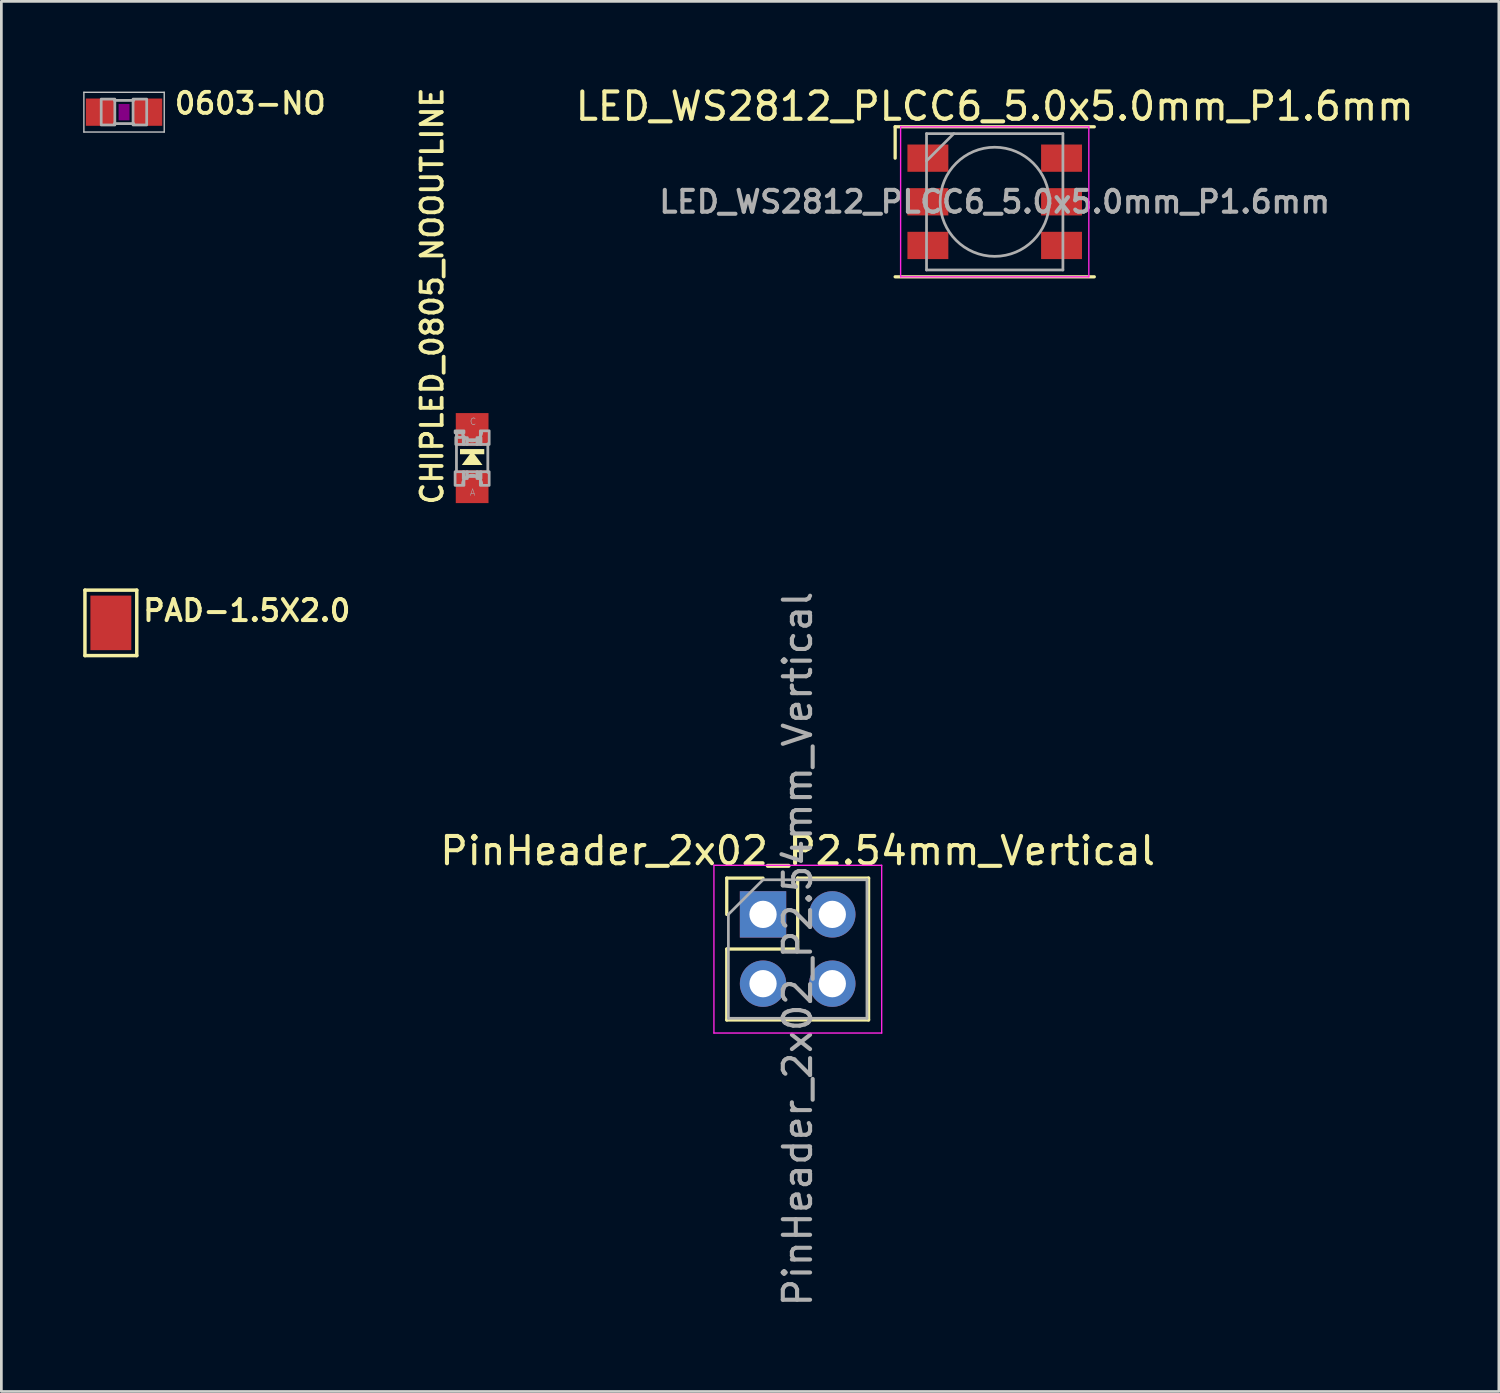
<source format=kicad_pcb>
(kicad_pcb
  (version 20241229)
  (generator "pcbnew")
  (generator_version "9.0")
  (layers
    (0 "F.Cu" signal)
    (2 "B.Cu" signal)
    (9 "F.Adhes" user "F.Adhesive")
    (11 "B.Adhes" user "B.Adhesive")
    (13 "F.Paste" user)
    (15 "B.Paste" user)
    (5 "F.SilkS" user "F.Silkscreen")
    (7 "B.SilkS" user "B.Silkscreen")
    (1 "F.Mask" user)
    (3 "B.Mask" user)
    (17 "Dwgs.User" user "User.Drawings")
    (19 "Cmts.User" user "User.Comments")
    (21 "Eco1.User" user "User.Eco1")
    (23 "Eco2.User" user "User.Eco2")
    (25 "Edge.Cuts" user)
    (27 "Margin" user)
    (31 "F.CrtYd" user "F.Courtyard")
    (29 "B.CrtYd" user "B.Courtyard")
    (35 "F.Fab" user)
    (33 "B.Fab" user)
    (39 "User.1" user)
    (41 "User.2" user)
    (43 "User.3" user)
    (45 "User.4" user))
  (footprint "CHIPLED_0805_NOOUTLINE"
    (layer "F.Cu")
    (at 14.259 13.744)
    (property "Reference" "CHIPLED_0805_NOOUTLINE" (at -1.016 1.778 90) (layer "F.SilkS") (effects (font (size 0.772 0.772) (thickness 0.139)) (justify left bottom)))
    (attr through_hole)
    (fp_poly (pts (xy 0 -0.254) (xy -0.381 0.254) (xy 0.381 0.254)) (stroke (width 0) (type solid)) (fill yes) (layer "F.SilkS"))
    (fp_poly (pts (xy -0.445 -0.141) (xy 0.445 -0.141) (xy 0.445 -0.331) (xy -0.445 -0.331)) (stroke (width 0) (type solid)) (fill yes) (layer "F.SilkS"))
    (fp_line (start -0.575 0.5) (end -0.575 -0.925) (stroke (width 0.102) (type solid)) (layer "F.Fab"))
    (fp_line (start 0.575 -0.525) (end 0.575 0.525) (stroke (width 0.102) (type solid)) (layer "F.Fab"))
    (fp_arc (start -0.35 0.925) (mid -0.000001 0.625027) (end 0.35 0.924998) (stroke (width 0.1016) (type solid)) (layer "F.Fab"))
    (fp_arc (start 0.35 -0.924998) (mid -0.000001 -0.625027) (end -0.35 -0.925) (stroke (width 0.1016) (type solid)) (layer "F.Fab"))
    (fp_circle (center -0.45 -0.85) (end -0.347 -0.85) (stroke (width 0.076) (type solid)) (fill no) (layer "F.Fab"))
    (fp_poly (pts (xy -0.625 -0.925) (xy -0.3 -0.925) (xy -0.3 -1) (xy -0.625 -1)) (stroke (width 0.1) (type solid)) (fill no) (layer "F.Fab"))
    (fp_poly (pts (xy -0.625 1) (xy -0.3 1) (xy -0.3 0.5) (xy -0.625 0.5)) (stroke (width 0.1) (type solid)) (fill no) (layer "F.Fab"))
    (fp_poly (pts (xy -0.6 -0.5) (xy -0.3 -0.5) (xy -0.3 -0.762) (xy -0.6 -0.762)) (stroke (width 0.1) (type solid)) (fill no) (layer "F.Fab"))
    (fp_poly (pts (xy -0.325 -0.5) (xy -0.175 -0.5) (xy -0.175 -0.75) (xy -0.325 -0.75)) (stroke (width 0.1) (type solid)) (fill no) (layer "F.Fab"))
    (fp_poly (pts (xy -0.325 0.75) (xy -0.175 0.75) (xy -0.175 0.5) (xy -0.325 0.5)) (stroke (width 0.1) (type solid)) (fill no) (layer "F.Fab"))
    (fp_poly (pts (xy -0.2 -0.5) (xy 0.2 -0.5) (xy 0.2 -0.675) (xy -0.2 -0.675)) (stroke (width 0.1) (type solid)) (fill no) (layer "F.Fab"))
    (fp_poly (pts (xy -0.2 0.675) (xy 0.2 0.675) (xy 0.2 0.5) (xy -0.2 0.5)) (stroke (width 0.1) (type solid)) (fill no) (layer "F.Fab"))
    (fp_poly (pts (xy 0.175 -0.5) (xy 0.325 -0.5) (xy 0.325 -0.75) (xy 0.175 -0.75)) (stroke (width 0.1) (type solid)) (fill no) (layer "F.Fab"))
    (fp_poly (pts (xy 0.175 0.75) (xy 0.325 0.75) (xy 0.325 0.5) (xy 0.175 0.5)) (stroke (width 0.1) (type solid)) (fill no) (layer "F.Fab"))
    (fp_poly (pts (xy 0.3 -0.5) (xy 0.625 -0.5) (xy 0.625 -1) (xy 0.3 -1)) (stroke (width 0.1) (type solid)) (fill no) (layer "F.Fab"))
    (fp_poly (pts (xy 0.3 1) (xy 0.625 1) (xy 0.625 0.5) (xy 0.3 0.5)) (stroke (width 0.1) (type solid)) (fill no) (layer "F.Fab"))
    (fp_text user "A" (at -0.1 1.4 0) (layer "F.Fab") (effects (font (size 0.241 0.241) (thickness 0.02)) (justify left bottom)))
    (fp_text user "C" (at -0.1 -1.2 0) (layer "F.Fab") (effects (font (size 0.241 0.241) (thickness 0.02)) (justify left bottom)))
    (pad "A" smd rect (at 0 1.05) (size 1.2 1.2) (layers "F.Cu" "F.Mask" "F.Paste"))
    (pad "C" smd rect (at 0 -1.05) (size 1.2 1.2) (layers "F.Cu" "F.Mask" "F.Paste")))
  (footprint "LED_WS2812_PLCC6_5.0x5.0mm_P1.6mm"
    (layer "F.Cu")
    (at 33.417 4.348)
    (property "Reference" "LED_WS2812_PLCC6_5.0x5.0mm_P1.6mm" (at 0 -3.5 0) (layer "F.SilkS") (effects (font (size 1 1) (thickness 0.15))))
    (attr smd)
    (fp_line (start -3.65 -2.75) (end 3.65 -2.75) (stroke (width 0.12) (type solid)) (layer "F.SilkS"))
    (fp_line (start -3.65 -1.6) (end -3.65 -2.75) (stroke (width 0.12) (type solid)) (layer "F.SilkS"))
    (fp_line (start -3.65 2.75) (end 3.65 2.75) (stroke (width 0.12) (type solid)) (layer "F.SilkS"))
    (fp_line (start -3.45 -2.75) (end -3.45 2.75) (stroke (width 0.05) (type solid)) (layer "F.CrtYd"))
    (fp_line (start -3.45 2.75) (end 3.45 2.75) (stroke (width 0.05) (type solid)) (layer "F.CrtYd"))
    (fp_line (start 3.45 -2.75) (end -3.45 -2.75) (stroke (width 0.05) (type solid)) (layer "F.CrtYd"))
    (fp_line (start 3.45 2.75) (end 3.45 -2.75) (stroke (width 0.05) (type solid)) (layer "F.CrtYd"))
    (fp_line (start -2.5 -2.5) (end 2.5 -2.5) (stroke (width 0.1) (type solid)) (layer "F.Fab"))
    (fp_line (start -2.5 -1.5) (end -1.5 -2.5) (stroke (width 0.1) (type solid)) (layer "F.Fab"))
    (fp_line (start -2.5 2.5) (end -2.5 -2.5) (stroke (width 0.1) (type solid)) (layer "F.Fab"))
    (fp_line (start 2.5 -2.5) (end 2.5 2.5) (stroke (width 0.1) (type solid)) (layer "F.Fab"))
    (fp_line (start 2.5 2.5) (end -2.5 2.5) (stroke (width 0.1) (type solid)) (layer "F.Fab"))
    (fp_circle (center 0 0) (end 0 -2) (stroke (width 0.1) (type solid)) (fill no) (layer "F.Fab"))
    (fp_text user "${REFERENCE}" (at 0 0 0) (layer "F.Fab") (effects (font (size 0.8 0.8) (thickness 0.15))))
    (pad "1" smd rect (at -2.45 -1.6) (size 1.5 1) (layers "F.Cu" "F.Mask" "F.Paste"))
    (pad "2" smd rect (at -2.45 0) (size 1.5 1) (layers "F.Cu" "F.Mask" "F.Paste"))
    (pad "3" smd rect (at -2.45 1.6) (size 1.5 1) (layers "F.Cu" "F.Mask" "F.Paste"))
    (pad "4" smd rect (at 2.45 1.6) (size 1.5 1) (layers "F.Cu" "F.Mask" "F.Paste"))
    (pad "5" smd rect (at 2.45 0) (size 1.5 1) (layers "F.Cu" "F.Mask" "F.Paste"))
    (pad "6" smd rect (at 2.45 -1.6) (size 1.5 1) (layers "F.Cu" "F.Mask" "F.Paste")))
  (footprint "PinHeader_2x02_P2.54mm_Vertical"
    (layer "F.Cu")
    (at 24.923 30.472)
    (property "Reference" "PinHeader_2x02_P2.54mm_Vertical" (at 1.27 -2.33 0) (layer "F.SilkS") (effects (font (size 1 1) (thickness 0.15))))
    (attr through_hole)
    (fp_line (start -1.33 -1.33) (end 0 -1.33) (stroke (width 0.12) (type solid)) (layer "F.SilkS"))
    (fp_line (start -1.33 0) (end -1.33 -1.33) (stroke (width 0.12) (type solid)) (layer "F.SilkS"))
    (fp_line (start -1.33 1.27) (end -1.33 3.87) (stroke (width 0.12) (type solid)) (layer "F.SilkS"))
    (fp_line (start -1.33 1.27) (end 1.27 1.27) (stroke (width 0.12) (type solid)) (layer "F.SilkS"))
    (fp_line (start -1.33 3.87) (end 3.87 3.87) (stroke (width 0.12) (type solid)) (layer "F.SilkS"))
    (fp_line (start 1.27 -1.33) (end 3.87 -1.33) (stroke (width 0.12) (type solid)) (layer "F.SilkS"))
    (fp_line (start 1.27 1.27) (end 1.27 -1.33) (stroke (width 0.12) (type solid)) (layer "F.SilkS"))
    (fp_line (start 3.87 -1.33) (end 3.87 3.87) (stroke (width 0.12) (type solid)) (layer "F.SilkS"))
    (fp_line (start -1.8 -1.8) (end -1.8 4.35) (stroke (width 0.05) (type solid)) (layer "F.CrtYd"))
    (fp_line (start -1.8 4.35) (end 4.35 4.35) (stroke (width 0.05) (type solid)) (layer "F.CrtYd"))
    (fp_line (start 4.35 -1.8) (end -1.8 -1.8) (stroke (width 0.05) (type solid)) (layer "F.CrtYd"))
    (fp_line (start 4.35 4.35) (end 4.35 -1.8) (stroke (width 0.05) (type solid)) (layer "F.CrtYd"))
    (fp_line (start -1.27 0) (end 0 -1.27) (stroke (width 0.1) (type solid)) (layer "F.Fab"))
    (fp_line (start -1.27 3.81) (end -1.27 0) (stroke (width 0.1) (type solid)) (layer "F.Fab"))
    (fp_line (start 0 -1.27) (end 3.81 -1.27) (stroke (width 0.1) (type solid)) (layer "F.Fab"))
    (fp_line (start 3.81 -1.27) (end 3.81 3.81) (stroke (width 0.1) (type solid)) (layer "F.Fab"))
    (fp_line (start 3.81 3.81) (end -1.27 3.81) (stroke (width 0.1) (type solid)) (layer "F.Fab"))
    (fp_text user "${REFERENCE}" (at 1.27 1.27 90) (layer "F.Fab") (effects (font (size 1 1) (thickness 0.15))))
    (pad "1" thru_hole rect (at 0 0) (size 1.7 1.7) (drill 1) (layers "*.Cu" "*.Mask"))
    (pad "2" thru_hole oval (at 2.54 0) (size 1.7 1.7) (drill 1) (layers "*.Cu" "*.Mask"))
    (pad "3" thru_hole oval (at 0 2.54) (size 1.7 1.7) (drill 1) (layers "*.Cu" "*.Mask"))
    (pad "4" thru_hole oval (at 2.54 2.54) (size 1.7 1.7) (drill 1) (layers "*.Cu" "*.Mask")))
  (footprint "0603-NO"
    (layer "F.Cu")
    (at 1.498 1.062)
    (property "Reference" "0603-NO" (at 1.778 0.127 180) (layer "F.SilkS") (effects (font (size 0.772 0.772) (thickness 0.139)) (justify left bottom)))
    (attr through_hole)
    (fp_poly (pts (xy -0.2 0.3) (xy 0.2 0.3) (xy 0.2 -0.3) (xy -0.2 -0.3)) (stroke (width 0) (type solid)) (fill yes) (layer "F.Adhes"))
    (fp_line (start -1.473 -0.729) (end 1.473 -0.729) (stroke (width 0.051) (type solid)) (layer "Dwgs.User"))
    (fp_line (start -1.473 0.729) (end -1.473 -0.729) (stroke (width 0.051) (type solid)) (layer "Dwgs.User"))
    (fp_line (start 1.473 -0.729) (end 1.473 0.729) (stroke (width 0.051) (type solid)) (layer "Dwgs.User"))
    (fp_line (start 1.473 0.729) (end -1.473 0.729) (stroke (width 0.051) (type solid)) (layer "Dwgs.User"))
    (fp_line (start -0.356 -0.432) (end 0.356 -0.432) (stroke (width 0.102) (type solid)) (layer "F.Fab"))
    (fp_line (start -0.356 0.419) (end 0.356 0.419) (stroke (width 0.102) (type solid)) (layer "F.Fab"))
    (fp_poly (pts (xy -0.838 0.47) (xy -0.338 0.47) (xy -0.338 -0.48) (xy -0.838 -0.48)) (stroke (width 0.1) (type solid)) (fill no) (layer "F.Fab"))
    (fp_poly (pts (xy 0.33 0.47) (xy 0.83 0.47) (xy 0.83 -0.48) (xy 0.33 -0.48)) (stroke (width 0.1) (type solid)) (fill no) (layer "F.Fab"))
    (pad "1" smd rect (at -0.85 0) (size 1.1 1) (layers "F.Cu" "F.Mask" "F.Paste"))
    (pad "2" smd rect (at 0.85 0) (size 1.1 1) (layers "F.Cu" "F.Mask" "F.Paste")))
  (footprint "PAD-1.5X2.0"
    (layer "F.Cu")
    (at 1.014 19.785)
    (property "Reference" "PAD-1.5X2.0" (at 1.1 0 0) (layer "F.SilkS") (effects (font (size 0.772 0.772) (thickness 0.146)) (justify left bottom)))
    (attr through_hole)
    (fp_line (start -0.95 -1.2) (end 0.95 -1.2) (stroke (width 0.127) (type solid)) (layer "F.SilkS"))
    (fp_line (start -0.95 1.2) (end -0.95 -1.2) (stroke (width 0.127) (type solid)) (layer "F.SilkS"))
    (fp_line (start 0.95 -1.2) (end 0.95 1.2) (stroke (width 0.127) (type solid)) (layer "F.SilkS"))
    (fp_line (start 0.95 1.2) (end -0.95 1.2) (stroke (width 0.127) (type solid)) (layer "F.SilkS"))
    (pad "P$1" smd rect (at 0 0) (size 1.5 2) (layers "F.Cu" "F.Mask")))
  (gr_rect
    (start -3 -3)
    (end 51.899 47.962)
    (stroke (width 0.1) (type default))
    (fill no)
    (layer "Edge.Cuts")))
</source>
